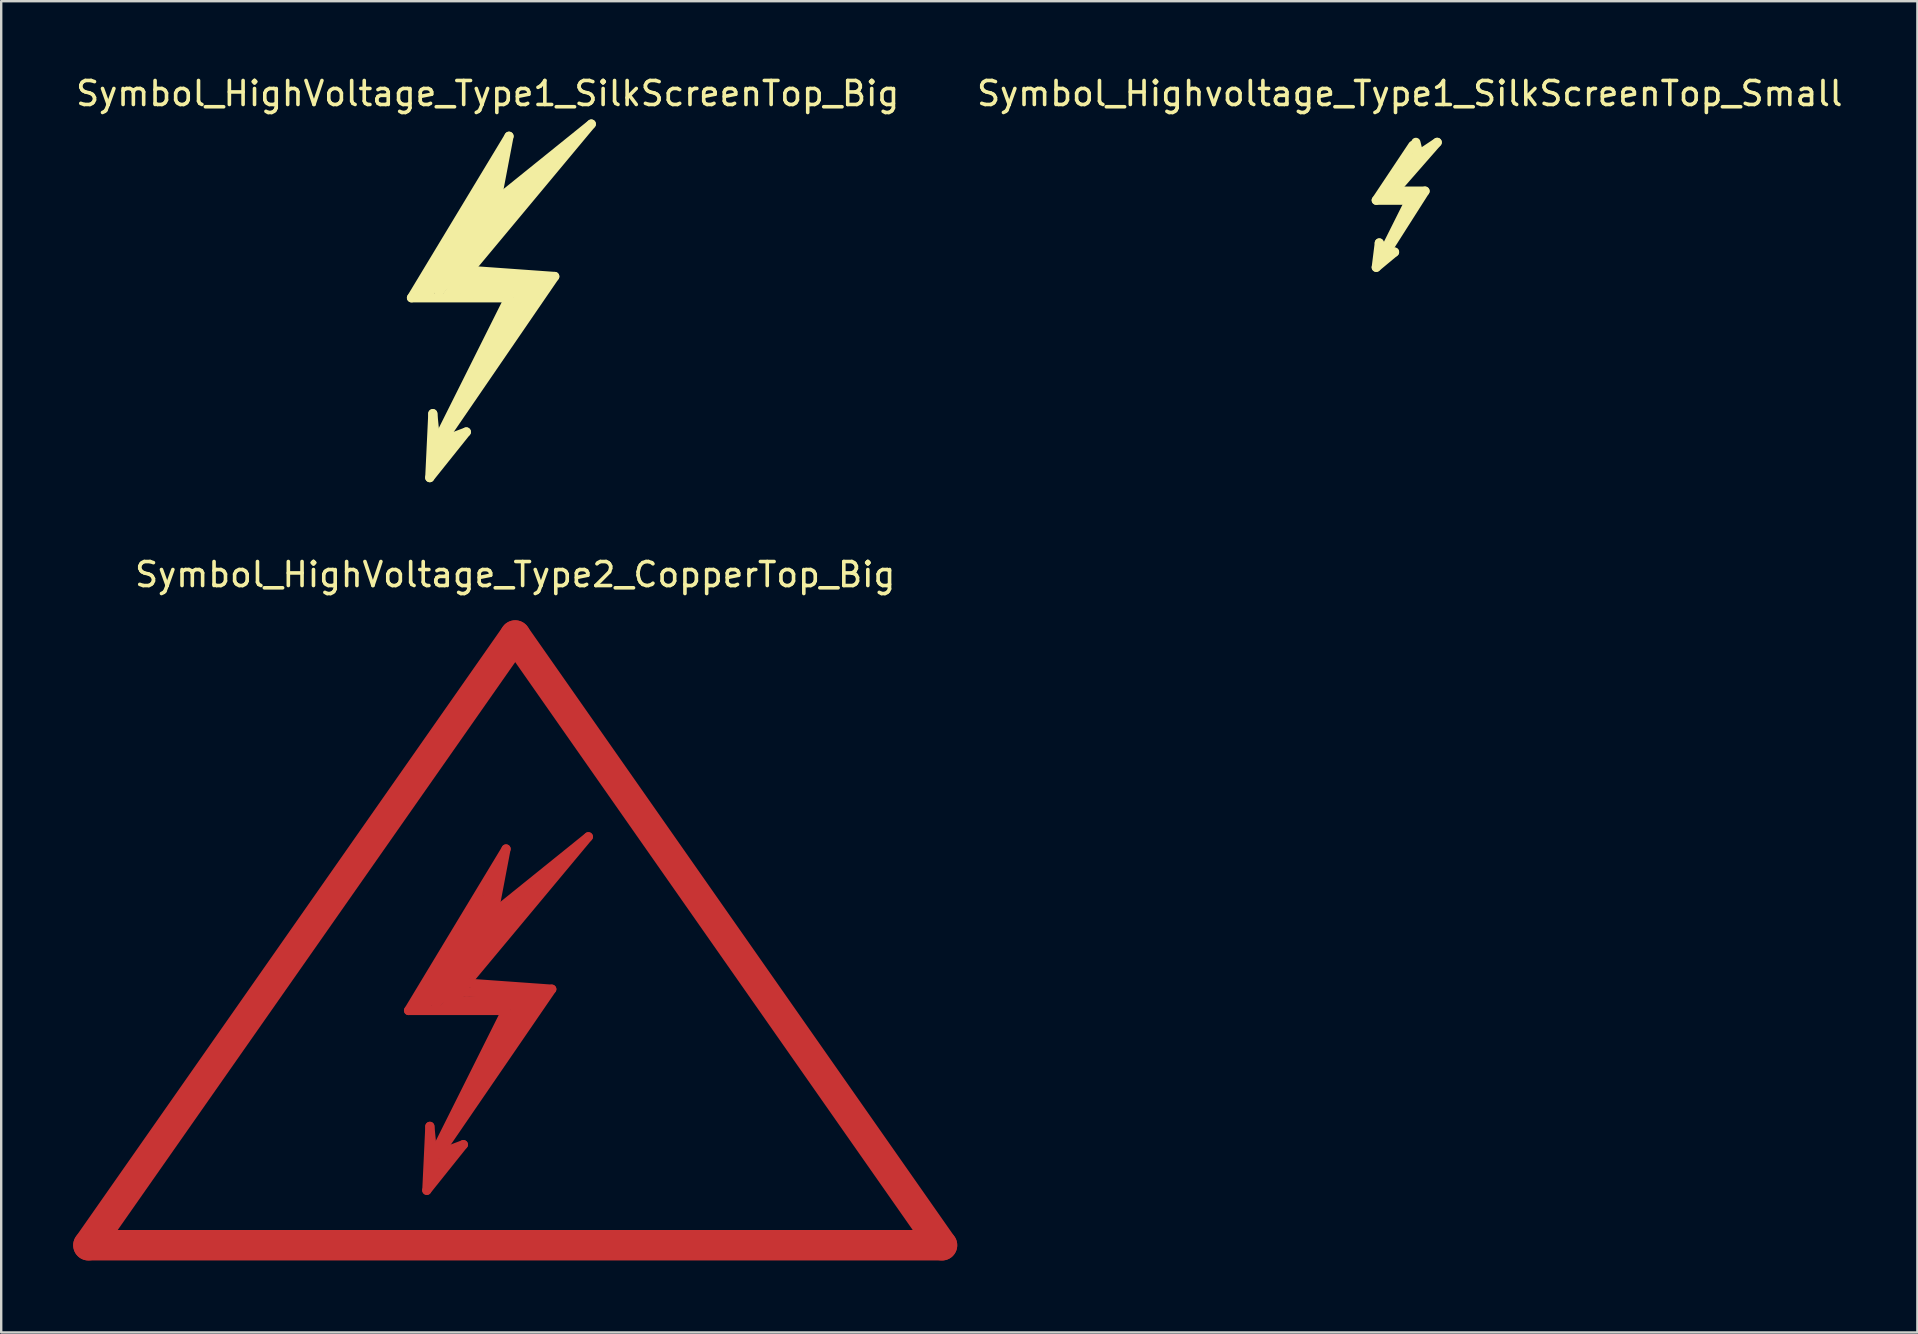
<source format=kicad_pcb>
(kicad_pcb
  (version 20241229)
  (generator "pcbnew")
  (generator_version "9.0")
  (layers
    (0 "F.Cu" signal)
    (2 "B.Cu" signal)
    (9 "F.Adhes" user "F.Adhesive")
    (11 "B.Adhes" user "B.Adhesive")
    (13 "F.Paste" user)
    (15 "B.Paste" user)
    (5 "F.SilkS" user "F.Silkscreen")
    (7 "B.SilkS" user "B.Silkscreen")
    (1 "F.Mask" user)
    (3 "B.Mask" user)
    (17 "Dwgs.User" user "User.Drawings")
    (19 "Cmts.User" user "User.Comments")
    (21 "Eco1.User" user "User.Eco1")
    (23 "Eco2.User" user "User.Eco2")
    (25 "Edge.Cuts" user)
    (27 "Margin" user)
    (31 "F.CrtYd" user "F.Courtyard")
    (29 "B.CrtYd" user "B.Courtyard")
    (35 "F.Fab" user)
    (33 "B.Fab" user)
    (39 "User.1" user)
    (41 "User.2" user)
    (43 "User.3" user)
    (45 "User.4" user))
  (footprint "Symbol_HighVoltage_Type2_CopperTop_Big"
    (layer "F.Cu")
    (at 18.415 38.669)
    (property "Reference" "Symbol_HighVoltage_Type2_CopperTop_Big" (at 0 -17.78 0) (layer "F.SilkS") (effects (font (size 1 1) (thickness 0.15))))
    (attr exclude_from_pos_files exclude_from_bom)
    (fp_line (start -17.78 10.16) (end 0 -15.24) (stroke (width 1.27) (type solid)) (layer "F.Cu"))
    (fp_line (start -4.445 0.381) (end -0.381 0.381) (stroke (width 0.381) (type solid)) (layer "F.Cu"))
    (fp_line (start -4.064 0.254) (end -0.889 -4.318) (stroke (width 0.381) (type solid)) (layer "F.Cu"))
    (fp_line (start -3.683 0.127) (end -1.016 -3.556) (stroke (width 0.381) (type solid)) (layer "F.Cu"))
    (fp_line (start -3.683 7.874) (end -2.159 5.969) (stroke (width 0.381) (type solid)) (layer "F.Cu"))
    (fp_line (start -3.556 5.207) (end -3.683 7.874) (stroke (width 0.381) (type solid)) (layer "F.Cu"))
    (fp_line (start -3.556 7.239) (end -3.175 6.35) (stroke (width 0.381) (type solid)) (layer "F.Cu"))
    (fp_line (start -3.429 6.477) (end -3.556 5.207) (stroke (width 0.381) (type solid)) (layer "F.Cu"))
    (fp_line (start -3.302 0.127) (end 1.397 -5.207) (stroke (width 0.381) (type solid)) (layer "F.Cu"))
    (fp_line (start -3.175 6.096) (end -3.048 6.223) (stroke (width 0.381) (type solid)) (layer "F.Cu"))
    (fp_line (start -3.175 6.35) (end -3.048 5.969) (stroke (width 0.381) (type solid)) (layer "F.Cu"))
    (fp_line (start -3.175 6.35) (end 1.524 -0.508) (stroke (width 0.381) (type solid)) (layer "F.Cu"))
    (fp_line (start -3.048 5.969) (end -3.175 6.096) (stroke (width 0.381) (type solid)) (layer "F.Cu"))
    (fp_line (start -2.921 0.254) (end 0.762 0.127) (stroke (width 0.381) (type solid)) (layer "F.Cu"))
    (fp_line (start -2.794 6.477) (end -3.556 7.239) (stroke (width 0.381) (type solid)) (layer "F.Cu"))
    (fp_line (start -2.667 5.461) (end 0.127 0.127) (stroke (width 0.381) (type solid)) (layer "F.Cu"))
    (fp_line (start -2.413 0) (end 0.635 -0.127) (stroke (width 0.381) (type solid)) (layer "F.Cu"))
    (fp_line (start -2.286 -1.524) (end 0.254 -4.445) (stroke (width 0.381) (type solid)) (layer "F.Cu"))
    (fp_line (start -2.286 -1.016) (end -2.032 -0.381) (stroke (width 0.381) (type solid)) (layer "F.Cu"))
    (fp_line (start -2.286 -0.381) (end -2.413 0) (stroke (width 0.381) (type solid)) (layer "F.Cu"))
    (fp_line (start -2.159 5.969) (end -3.175 6.35) (stroke (width 0.381) (type solid)) (layer "F.Cu"))
    (fp_line (start -2.032 -0.762) (end 3.048 -6.858) (stroke (width 0.381) (type solid)) (layer "F.Cu"))
    (fp_line (start -1.016 -3.556) (end -3.302 0.127) (stroke (width 0.381) (type solid)) (layer "F.Cu"))
    (fp_line (start -0.889 -4.318) (end -3.683 0.127) (stroke (width 0.381) (type solid)) (layer "F.Cu"))
    (fp_line (start -0.889 -3.683) (end -0.381 -6.35) (stroke (width 0.381) (type solid)) (layer "F.Cu"))
    (fp_line (start -0.762 -5.588) (end -0.889 -4.953) (stroke (width 0.381) (type solid)) (layer "F.Cu"))
    (fp_line (start -0.762 -5.08) (end -4.064 0.254) (stroke (width 0.381) (type solid)) (layer "F.Cu"))
    (fp_line (start -0.381 -6.35) (end -4.445 0.381) (stroke (width 0.381) (type solid)) (layer "F.Cu"))
    (fp_line (start -0.381 0.381) (end -3.429 6.477) (stroke (width 0.381) (type solid)) (layer "F.Cu"))
    (fp_line (start 0 -15.24) (end 17.78 10.16) (stroke (width 1.27) (type solid)) (layer "F.Cu"))
    (fp_line (start 0.127 0.127) (end 0.762 0.127) (stroke (width 0.381) (type solid)) (layer "F.Cu"))
    (fp_line (start 0.254 -4.445) (end -2.921 0.254) (stroke (width 0.381) (type solid)) (layer "F.Cu"))
    (fp_line (start 0.635 -0.127) (end -2.667 5.461) (stroke (width 0.381) (type solid)) (layer "F.Cu"))
    (fp_line (start 0.762 0.127) (end -0.508 2.159) (stroke (width 0.381) (type solid)) (layer "F.Cu"))
    (fp_line (start 0.762 0.127) (end 1.143 -0.381) (stroke (width 0.381) (type solid)) (layer "F.Cu"))
    (fp_line (start 1.143 -0.381) (end -2.286 -0.381) (stroke (width 0.381) (type solid)) (layer "F.Cu"))
    (fp_line (start 1.397 -5.207) (end -2.286 -1.524) (stroke (width 0.381) (type solid)) (layer "F.Cu"))
    (fp_line (start 1.524 -0.508) (end -2.032 -0.762) (stroke (width 0.381) (type solid)) (layer "F.Cu"))
    (fp_line (start 1.778 -5.461) (end -1.143 -3.175) (stroke (width 0.381) (type solid)) (layer "F.Cu"))
    (fp_line (start 3.048 -6.858) (end -0.889 -3.683) (stroke (width 0.381) (type solid)) (layer "F.Cu"))
    (fp_line (start 17.78 10.16) (end -17.78 10.16) (stroke (width 1.27) (type solid)) (layer "F.Cu")))
  (footprint "Symbol_HighVoltage_Type1_SilkScreenTop_Big"
    (layer "F.Cu")
    (at 17.268 8.976)
    (property "Reference" "Symbol_HighVoltage_Type1_SilkScreenTop_Big" (at 0 -8.128 0) (layer "F.SilkS") (effects (font (size 1 1) (thickness 0.15))))
    (attr exclude_from_pos_files exclude_from_bom)
    (fp_line (start -3.175 0.381) (end 0.889 0.381) (stroke (width 0.381) (type solid)) (layer "F.SilkS"))
    (fp_line (start -2.794 0.254) (end 0.381 -4.318) (stroke (width 0.381) (type solid)) (layer "F.SilkS"))
    (fp_line (start -2.413 0.127) (end 0.254 -3.556) (stroke (width 0.381) (type solid)) (layer "F.SilkS"))
    (fp_line (start -2.413 7.874) (end -0.889 5.969) (stroke (width 0.381) (type solid)) (layer "F.SilkS"))
    (fp_line (start -2.286 5.207) (end -2.413 7.874) (stroke (width 0.381) (type solid)) (layer "F.SilkS"))
    (fp_line (start -2.286 7.239) (end -1.905 6.35) (stroke (width 0.381) (type solid)) (layer "F.SilkS"))
    (fp_line (start -2.159 6.477) (end -2.286 5.207) (stroke (width 0.381) (type solid)) (layer "F.SilkS"))
    (fp_line (start -2.032 0.127) (end 2.667 -5.207) (stroke (width 0.381) (type solid)) (layer "F.SilkS"))
    (fp_line (start -1.905 6.096) (end -1.778 6.223) (stroke (width 0.381) (type solid)) (layer "F.SilkS"))
    (fp_line (start -1.905 6.35) (end -1.778 5.969) (stroke (width 0.381) (type solid)) (layer "F.SilkS"))
    (fp_line (start -1.905 6.35) (end 2.794 -0.508) (stroke (width 0.381) (type solid)) (layer "F.SilkS"))
    (fp_line (start -1.778 5.969) (end -1.905 6.096) (stroke (width 0.381) (type solid)) (layer "F.SilkS"))
    (fp_line (start -1.651 0.254) (end 2.032 0.127) (stroke (width 0.381) (type solid)) (layer "F.SilkS"))
    (fp_line (start -1.524 6.477) (end -2.286 7.239) (stroke (width 0.381) (type solid)) (layer "F.SilkS"))
    (fp_line (start -1.397 5.461) (end 1.397 0.127) (stroke (width 0.381) (type solid)) (layer "F.SilkS"))
    (fp_line (start -1.143 0) (end 1.905 -0.127) (stroke (width 0.381) (type solid)) (layer "F.SilkS"))
    (fp_line (start -1.016 -1.524) (end 1.524 -4.445) (stroke (width 0.381) (type solid)) (layer "F.SilkS"))
    (fp_line (start -1.016 -1.016) (end -0.762 -0.381) (stroke (width 0.381) (type solid)) (layer "F.SilkS"))
    (fp_line (start -1.016 -0.381) (end -1.143 0) (stroke (width 0.381) (type solid)) (layer "F.SilkS"))
    (fp_line (start -0.889 5.969) (end -1.905 6.35) (stroke (width 0.381) (type solid)) (layer "F.SilkS"))
    (fp_line (start -0.762 -0.762) (end 4.318 -6.858) (stroke (width 0.381) (type solid)) (layer "F.SilkS"))
    (fp_line (start 0.254 -3.556) (end -2.032 0.127) (stroke (width 0.381) (type solid)) (layer "F.SilkS"))
    (fp_line (start 0.381 -4.318) (end -2.413 0.127) (stroke (width 0.381) (type solid)) (layer "F.SilkS"))
    (fp_line (start 0.381 -3.683) (end 0.889 -6.35) (stroke (width 0.381) (type solid)) (layer "F.SilkS"))
    (fp_line (start 0.508 -5.588) (end 0.381 -4.953) (stroke (width 0.381) (type solid)) (layer "F.SilkS"))
    (fp_line (start 0.508 -5.08) (end -2.794 0.254) (stroke (width 0.381) (type solid)) (layer "F.SilkS"))
    (fp_line (start 0.889 -6.35) (end -3.175 0.381) (stroke (width 0.381) (type solid)) (layer "F.SilkS"))
    (fp_line (start 0.889 0.381) (end -2.159 6.477) (stroke (width 0.381) (type solid)) (layer "F.SilkS"))
    (fp_line (start 1.397 0.127) (end 2.032 0.127) (stroke (width 0.381) (type solid)) (layer "F.SilkS"))
    (fp_line (start 1.524 -4.445) (end -1.651 0.254) (stroke (width 0.381) (type solid)) (layer "F.SilkS"))
    (fp_line (start 1.905 -0.127) (end -1.397 5.461) (stroke (width 0.381) (type solid)) (layer "F.SilkS"))
    (fp_line (start 2.032 0.127) (end 0.762 2.159) (stroke (width 0.381) (type solid)) (layer "F.SilkS"))
    (fp_line (start 2.032 0.127) (end 2.413 -0.381) (stroke (width 0.381) (type solid)) (layer "F.SilkS"))
    (fp_line (start 2.413 -0.381) (end -1.016 -0.381) (stroke (width 0.381) (type solid)) (layer "F.SilkS"))
    (fp_line (start 2.667 -5.207) (end -1.016 -1.524) (stroke (width 0.381) (type solid)) (layer "F.SilkS"))
    (fp_line (start 2.794 -0.508) (end -0.762 -0.762) (stroke (width 0.381) (type solid)) (layer "F.SilkS"))
    (fp_line (start 3.048 -5.461) (end 0.127 -3.175) (stroke (width 0.381) (type solid)) (layer "F.SilkS"))
    (fp_line (start 4.318 -6.858) (end 0.381 -3.683) (stroke (width 0.381) (type solid)) (layer "F.SilkS")))
  (footprint "Symbol_Highvoltage_Type1_SilkScreenTop_Small"
    (layer "F.Cu")
    (at 54.669 6.055)
    (property "Reference" "Symbol_Highvoltage_Type1_SilkScreenTop_Small" (at 1.016 -5.207 0) (layer "F.SilkS") (effects (font (size 1 1) (thickness 0.15))))
    (attr exclude_from_pos_files exclude_from_bom)
    (fp_line (start -0.381 -0.762) (end 1.016 -0.762) (stroke (width 0.381) (type solid)) (layer "F.SilkS"))
    (fp_line (start -0.381 2.032) (end 0.381 1.397) (stroke (width 0.381) (type solid)) (layer "F.SilkS"))
    (fp_line (start -0.254 1.016) (end -0.381 2.032) (stroke (width 0.381) (type solid)) (layer "F.SilkS"))
    (fp_line (start -0.127 1.524) (end -0.254 1.016) (stroke (width 0.381) (type solid)) (layer "F.SilkS"))
    (fp_line (start -0.127 1.651) (end 1.651 -1.143) (stroke (width 0.381) (type solid)) (layer "F.SilkS"))
    (fp_line (start 0 -0.889) (end 1.27 -0.889) (stroke (width 0.381) (type solid)) (layer "F.SilkS"))
    (fp_line (start 0.381 -1.143) (end 2.159 -3.175) (stroke (width 0.381) (type solid)) (layer "F.SilkS"))
    (fp_line (start 0.381 1.397) (end -0.127 1.651) (stroke (width 0.381) (type solid)) (layer "F.SilkS"))
    (fp_line (start 1.016 -0.762) (end -0.127 1.524) (stroke (width 0.381) (type solid)) (layer "F.SilkS"))
    (fp_line (start 1.143 -3.048) (end -0.381 -0.762) (stroke (width 0.381) (type solid)) (layer "F.SilkS"))
    (fp_line (start 1.397 -2.794) (end 0 -0.889) (stroke (width 0.381) (type solid)) (layer "F.SilkS"))
    (fp_line (start 1.397 -2.667) (end 1.27 -3.175) (stroke (width 0.381) (type solid)) (layer "F.SilkS"))
    (fp_line (start 1.651 -1.143) (end 0.381 -1.143) (stroke (width 0.381) (type solid)) (layer "F.SilkS"))
    (fp_line (start 2.159 -3.175) (end 1.397 -2.667) (stroke (width 0.381) (type solid)) (layer "F.SilkS")))
  (gr_rect
    (start -3 -3)
    (end 76.833 52.464)
    (stroke (width 0.1) (type default))
    (fill no)
    (layer "Edge.Cuts")))
</source>
